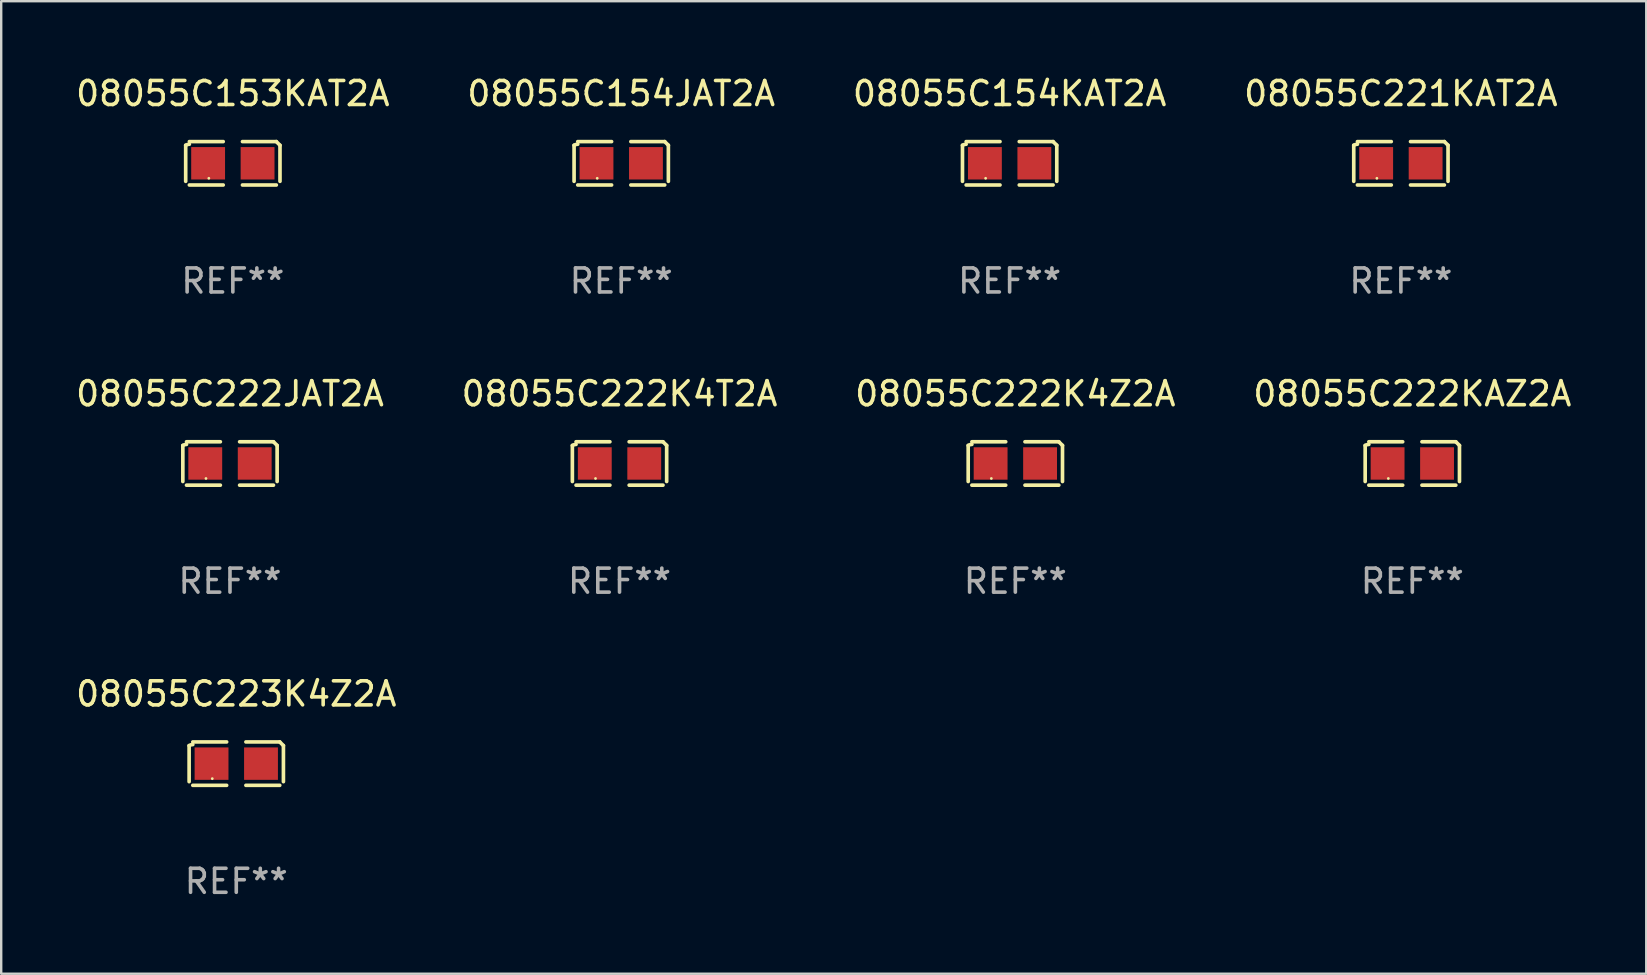
<source format=kicad_pcb>
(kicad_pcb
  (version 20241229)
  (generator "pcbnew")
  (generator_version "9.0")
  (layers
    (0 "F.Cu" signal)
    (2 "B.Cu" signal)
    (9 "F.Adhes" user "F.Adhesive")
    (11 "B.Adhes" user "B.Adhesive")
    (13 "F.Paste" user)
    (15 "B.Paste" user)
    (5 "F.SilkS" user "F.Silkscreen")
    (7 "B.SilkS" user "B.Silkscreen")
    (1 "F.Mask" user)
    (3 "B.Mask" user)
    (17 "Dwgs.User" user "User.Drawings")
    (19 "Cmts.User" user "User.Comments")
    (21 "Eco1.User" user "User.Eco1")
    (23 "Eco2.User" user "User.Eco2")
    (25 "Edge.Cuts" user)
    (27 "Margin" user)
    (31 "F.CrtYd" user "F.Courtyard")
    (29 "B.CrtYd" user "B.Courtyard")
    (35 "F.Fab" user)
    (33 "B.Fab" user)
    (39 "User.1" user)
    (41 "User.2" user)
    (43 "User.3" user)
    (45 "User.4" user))
  (footprint "08055C154JAT2A"
    (layer "F.Cu")
    (at 22.827 3.752)
    (property "Reference" "08055C154JAT2A" (at 0 -2.904 0) (layer "F.SilkS") (effects (font (size 1 1) (thickness 0.15))))
    (attr through_hole)
    (fp_line (start -1.964 0.751) (end -1.964 -0.751) (stroke (width 0.152) (type solid)) (layer "F.SilkS"))
    (fp_line (start -1.811 -0.904) (end -0.401 -0.904) (stroke (width 0.152) (type solid)) (layer "F.SilkS"))
    (fp_line (start -0.401 0.904) (end -1.811 0.904) (stroke (width 0.152) (type solid)) (layer "F.SilkS"))
    (fp_line (start 0.401 0.904) (end 1.811 0.904) (stroke (width 0.152) (type solid)) (layer "F.SilkS"))
    (fp_line (start 1.811 -0.904) (end 0.401 -0.904) (stroke (width 0.152) (type solid)) (layer "F.SilkS"))
    (fp_line (start 1.964 0.751) (end 1.964 -0.751) (stroke (width 0.152) (type solid)) (layer "F.SilkS"))
    (fp_arc (start -1.963602 -0.751207) (mid -1.890354 -0.783131) (end -1.811201 -0.794044) (stroke (width 0.1524) (type solid)) (layer "F.SilkS"))
    (fp_arc (start 1.811202 -0.903607) (mid 1.887413 -0.827418) (end 1.963602 -0.751207) (stroke (width 0.1524) (type solid)) (layer "F.SilkS"))
    (fp_circle (center -1 0.625) (end -0.97 0.625) (stroke (width 0.06) (type solid)) (fill no) (layer "F.SilkS"))
    (fp_text user "REF**" (at 0 4.904 0) (layer "F.Fab") (effects (font (size 1 1) (thickness 0.15))))
    (pad "1" smd rect (at -1.03 0) (size 1.41 1.35) (layers "F.Cu" "F.Mask" "F.Paste"))
    (pad "2" smd rect (at 1.03 0) (size 1.41 1.35) (layers "F.Cu" "F.Mask" "F.Paste")))
  (footprint "08055C221KAT2A"
    (layer "F.Cu")
    (at 55.304 3.752)
    (property "Reference" "08055C221KAT2A" (at 0 -2.904 0) (layer "F.SilkS") (effects (font (size 1 1) (thickness 0.15))))
    (attr through_hole)
    (fp_line (start -1.964 0.751) (end -1.964 -0.751) (stroke (width 0.152) (type solid)) (layer "F.SilkS"))
    (fp_line (start -1.811 -0.904) (end -0.401 -0.904) (stroke (width 0.152) (type solid)) (layer "F.SilkS"))
    (fp_line (start -0.401 0.904) (end -1.811 0.904) (stroke (width 0.152) (type solid)) (layer "F.SilkS"))
    (fp_line (start 0.401 0.904) (end 1.811 0.904) (stroke (width 0.152) (type solid)) (layer "F.SilkS"))
    (fp_line (start 1.811 -0.904) (end 0.401 -0.904) (stroke (width 0.152) (type solid)) (layer "F.SilkS"))
    (fp_line (start 1.964 0.751) (end 1.964 -0.751) (stroke (width 0.152) (type solid)) (layer "F.SilkS"))
    (fp_arc (start -1.963602 -0.751207) (mid -1.890354 -0.783131) (end -1.811201 -0.794044) (stroke (width 0.1524) (type solid)) (layer "F.SilkS"))
    (fp_arc (start 1.811202 -0.903607) (mid 1.887413 -0.827418) (end 1.963602 -0.751207) (stroke (width 0.1524) (type solid)) (layer "F.SilkS"))
    (fp_circle (center -1 0.625) (end -0.97 0.625) (stroke (width 0.06) (type solid)) (fill no) (layer "F.SilkS"))
    (fp_text user "REF**" (at 0 4.904 0) (layer "F.Fab") (effects (font (size 1 1) (thickness 0.15))))
    (pad "1" smd rect (at -1.03 0) (size 1.41 1.35) (layers "F.Cu" "F.Mask" "F.Paste"))
    (pad "2" smd rect (at 1.03 0) (size 1.41 1.35) (layers "F.Cu" "F.Mask" "F.Paste")))
  (footprint "08055C222KAZ2A"
    (layer "F.Cu")
    (at 55.78 16.256)
    (property "Reference" "08055C222KAZ2A" (at 0 -2.904 0) (layer "F.SilkS") (effects (font (size 1 1) (thickness 0.15))))
    (attr through_hole)
    (fp_line (start -1.964 0.751) (end -1.964 -0.751) (stroke (width 0.152) (type solid)) (layer "F.SilkS"))
    (fp_line (start -1.811 -0.904) (end -0.401 -0.904) (stroke (width 0.152) (type solid)) (layer "F.SilkS"))
    (fp_line (start -0.401 0.904) (end -1.811 0.904) (stroke (width 0.152) (type solid)) (layer "F.SilkS"))
    (fp_line (start 0.401 0.904) (end 1.811 0.904) (stroke (width 0.152) (type solid)) (layer "F.SilkS"))
    (fp_line (start 1.811 -0.904) (end 0.401 -0.904) (stroke (width 0.152) (type solid)) (layer "F.SilkS"))
    (fp_line (start 1.964 0.751) (end 1.964 -0.751) (stroke (width 0.152) (type solid)) (layer "F.SilkS"))
    (fp_arc (start -1.963602 -0.751207) (mid -1.890354 -0.783131) (end -1.811201 -0.794044) (stroke (width 0.1524) (type solid)) (layer "F.SilkS"))
    (fp_arc (start 1.811202 -0.903607) (mid 1.887413 -0.827418) (end 1.963602 -0.751207) (stroke (width 0.1524) (type solid)) (layer "F.SilkS"))
    (fp_circle (center -1 0.625) (end -0.97 0.625) (stroke (width 0.06) (type solid)) (fill no) (layer "F.SilkS"))
    (fp_text user "REF**" (at 0 4.904 0) (layer "F.Fab") (effects (font (size 1 1) (thickness 0.15))))
    (pad "1" smd rect (at -1.03 0) (size 1.41 1.35) (layers "F.Cu" "F.Mask" "F.Paste"))
    (pad "2" smd rect (at 1.03 0) (size 1.41 1.35) (layers "F.Cu" "F.Mask" "F.Paste")))
  (footprint "08055C222JAT2A"
    (layer "F.Cu")
    (at 6.53 16.256)
    (property "Reference" "08055C222JAT2A" (at 0 -2.904 0) (layer "F.SilkS") (effects (font (size 1 1) (thickness 0.15))))
    (attr through_hole)
    (fp_line (start -1.964 0.751) (end -1.964 -0.751) (stroke (width 0.152) (type solid)) (layer "F.SilkS"))
    (fp_line (start -1.811 -0.904) (end -0.401 -0.904) (stroke (width 0.152) (type solid)) (layer "F.SilkS"))
    (fp_line (start -0.401 0.904) (end -1.811 0.904) (stroke (width 0.152) (type solid)) (layer "F.SilkS"))
    (fp_line (start 0.401 0.904) (end 1.811 0.904) (stroke (width 0.152) (type solid)) (layer "F.SilkS"))
    (fp_line (start 1.811 -0.904) (end 0.401 -0.904) (stroke (width 0.152) (type solid)) (layer "F.SilkS"))
    (fp_line (start 1.964 0.751) (end 1.964 -0.751) (stroke (width 0.152) (type solid)) (layer "F.SilkS"))
    (fp_arc (start -1.963602 -0.751207) (mid -1.890354 -0.783131) (end -1.811201 -0.794044) (stroke (width 0.1524) (type solid)) (layer "F.SilkS"))
    (fp_arc (start 1.811202 -0.903607) (mid 1.887413 -0.827418) (end 1.963602 -0.751207) (stroke (width 0.1524) (type solid)) (layer "F.SilkS"))
    (fp_circle (center -1 0.625) (end -0.97 0.625) (stroke (width 0.06) (type solid)) (fill no) (layer "F.SilkS"))
    (fp_text user "REF**" (at 0 4.904 0) (layer "F.Fab") (effects (font (size 1 1) (thickness 0.15))))
    (pad "1" smd rect (at -1.03 0) (size 1.41 1.35) (layers "F.Cu" "F.Mask" "F.Paste"))
    (pad "2" smd rect (at 1.03 0) (size 1.41 1.35) (layers "F.Cu" "F.Mask" "F.Paste")))
  (footprint "08055C222K4T2A"
    (layer "F.Cu")
    (at 22.756 16.256)
    (property "Reference" "08055C222K4T2A" (at 0 -2.904 0) (layer "F.SilkS") (effects (font (size 1 1) (thickness 0.15))))
    (attr through_hole)
    (fp_line (start -1.964 0.751) (end -1.964 -0.751) (stroke (width 0.152) (type solid)) (layer "F.SilkS"))
    (fp_line (start -1.811 -0.904) (end -0.401 -0.904) (stroke (width 0.152) (type solid)) (layer "F.SilkS"))
    (fp_line (start -0.401 0.904) (end -1.811 0.904) (stroke (width 0.152) (type solid)) (layer "F.SilkS"))
    (fp_line (start 0.401 0.904) (end 1.811 0.904) (stroke (width 0.152) (type solid)) (layer "F.SilkS"))
    (fp_line (start 1.811 -0.904) (end 0.401 -0.904) (stroke (width 0.152) (type solid)) (layer "F.SilkS"))
    (fp_line (start 1.964 0.751) (end 1.964 -0.751) (stroke (width 0.152) (type solid)) (layer "F.SilkS"))
    (fp_arc (start -1.963602 -0.751207) (mid -1.890354 -0.783131) (end -1.811201 -0.794044) (stroke (width 0.1524) (type solid)) (layer "F.SilkS"))
    (fp_arc (start 1.811202 -0.903607) (mid 1.887413 -0.827418) (end 1.963602 -0.751207) (stroke (width 0.1524) (type solid)) (layer "F.SilkS"))
    (fp_circle (center -1 0.625) (end -0.97 0.625) (stroke (width 0.06) (type solid)) (fill no) (layer "F.SilkS"))
    (fp_text user "REF**" (at 0 4.904 0) (layer "F.Fab") (effects (font (size 1 1) (thickness 0.15))))
    (pad "1" smd rect (at -1.03 0) (size 1.41 1.35) (layers "F.Cu" "F.Mask" "F.Paste"))
    (pad "2" smd rect (at 1.03 0) (size 1.41 1.35) (layers "F.Cu" "F.Mask" "F.Paste")))
  (footprint "08055C154KAT2A"
    (layer "F.Cu")
    (at 39.006 3.752)
    (property "Reference" "08055C154KAT2A" (at 0 -2.904 0) (layer "F.SilkS") (effects (font (size 1 1) (thickness 0.15))))
    (attr through_hole)
    (fp_line (start -1.964 0.751) (end -1.964 -0.751) (stroke (width 0.152) (type solid)) (layer "F.SilkS"))
    (fp_line (start -1.811 -0.904) (end -0.401 -0.904) (stroke (width 0.152) (type solid)) (layer "F.SilkS"))
    (fp_line (start -0.401 0.904) (end -1.811 0.904) (stroke (width 0.152) (type solid)) (layer "F.SilkS"))
    (fp_line (start 0.401 0.904) (end 1.811 0.904) (stroke (width 0.152) (type solid)) (layer "F.SilkS"))
    (fp_line (start 1.811 -0.904) (end 0.401 -0.904) (stroke (width 0.152) (type solid)) (layer "F.SilkS"))
    (fp_line (start 1.964 0.751) (end 1.964 -0.751) (stroke (width 0.152) (type solid)) (layer "F.SilkS"))
    (fp_arc (start -1.963602 -0.751207) (mid -1.890354 -0.783131) (end -1.811201 -0.794044) (stroke (width 0.1524) (type solid)) (layer "F.SilkS"))
    (fp_arc (start 1.811202 -0.903607) (mid 1.887413 -0.827418) (end 1.963602 -0.751207) (stroke (width 0.1524) (type solid)) (layer "F.SilkS"))
    (fp_circle (center -1 0.625) (end -0.97 0.625) (stroke (width 0.06) (type solid)) (fill no) (layer "F.SilkS"))
    (fp_text user "REF**" (at 0 4.904 0) (layer "F.Fab") (effects (font (size 1 1) (thickness 0.15))))
    (pad "1" smd rect (at -1.03 0) (size 1.41 1.35) (layers "F.Cu" "F.Mask" "F.Paste"))
    (pad "2" smd rect (at 1.03 0) (size 1.41 1.35) (layers "F.Cu" "F.Mask" "F.Paste")))
  (footprint "08055C153KAT2A"
    (layer "F.Cu")
    (at 6.649 3.752)
    (property "Reference" "08055C153KAT2A" (at 0 -2.904 0) (layer "F.SilkS") (effects (font (size 1 1) (thickness 0.15))))
    (attr through_hole)
    (fp_line (start -1.964 0.751) (end -1.964 -0.751) (stroke (width 0.152) (type solid)) (layer "F.SilkS"))
    (fp_line (start -1.811 -0.904) (end -0.401 -0.904) (stroke (width 0.152) (type solid)) (layer "F.SilkS"))
    (fp_line (start -0.401 0.904) (end -1.811 0.904) (stroke (width 0.152) (type solid)) (layer "F.SilkS"))
    (fp_line (start 0.401 0.904) (end 1.811 0.904) (stroke (width 0.152) (type solid)) (layer "F.SilkS"))
    (fp_line (start 1.811 -0.904) (end 0.401 -0.904) (stroke (width 0.152) (type solid)) (layer "F.SilkS"))
    (fp_line (start 1.964 0.751) (end 1.964 -0.751) (stroke (width 0.152) (type solid)) (layer "F.SilkS"))
    (fp_arc (start -1.963602 -0.751207) (mid -1.890354 -0.783131) (end -1.811201 -0.794044) (stroke (width 0.1524) (type solid)) (layer "F.SilkS"))
    (fp_arc (start 1.811202 -0.903607) (mid 1.887413 -0.827418) (end 1.963602 -0.751207) (stroke (width 0.1524) (type solid)) (layer "F.SilkS"))
    (fp_circle (center -1 0.625) (end -0.97 0.625) (stroke (width 0.06) (type solid)) (fill no) (layer "F.SilkS"))
    (fp_text user "REF**" (at 0 4.904 0) (layer "F.Fab") (effects (font (size 1 1) (thickness 0.15))))
    (pad "1" smd rect (at -1.03 0) (size 1.41 1.35) (layers "F.Cu" "F.Mask" "F.Paste"))
    (pad "2" smd rect (at 1.03 0) (size 1.41 1.35) (layers "F.Cu" "F.Mask" "F.Paste")))
  (footprint "08055C222K4Z2A"
    (layer "F.Cu")
    (at 39.244 16.256)
    (property "Reference" "08055C222K4Z2A" (at 0 -2.904 0) (layer "F.SilkS") (effects (font (size 1 1) (thickness 0.15))))
    (attr through_hole)
    (fp_line (start -1.964 0.751) (end -1.964 -0.751) (stroke (width 0.152) (type solid)) (layer "F.SilkS"))
    (fp_line (start -1.811 -0.904) (end -0.401 -0.904) (stroke (width 0.152) (type solid)) (layer "F.SilkS"))
    (fp_line (start -0.401 0.904) (end -1.811 0.904) (stroke (width 0.152) (type solid)) (layer "F.SilkS"))
    (fp_line (start 0.401 0.904) (end 1.811 0.904) (stroke (width 0.152) (type solid)) (layer "F.SilkS"))
    (fp_line (start 1.811 -0.904) (end 0.401 -0.904) (stroke (width 0.152) (type solid)) (layer "F.SilkS"))
    (fp_line (start 1.964 0.751) (end 1.964 -0.751) (stroke (width 0.152) (type solid)) (layer "F.SilkS"))
    (fp_arc (start -1.963602 -0.751207) (mid -1.890354 -0.783131) (end -1.811201 -0.794044) (stroke (width 0.1524) (type solid)) (layer "F.SilkS"))
    (fp_arc (start 1.811202 -0.903607) (mid 1.887413 -0.827418) (end 1.963602 -0.751207) (stroke (width 0.1524) (type solid)) (layer "F.SilkS"))
    (fp_circle (center -1 0.625) (end -0.97 0.625) (stroke (width 0.06) (type solid)) (fill no) (layer "F.SilkS"))
    (fp_text user "REF**" (at 0 4.904 0) (layer "F.Fab") (effects (font (size 1 1) (thickness 0.15))))
    (pad "1" smd rect (at -1.03 0) (size 1.41 1.35) (layers "F.Cu" "F.Mask" "F.Paste"))
    (pad "2" smd rect (at 1.03 0) (size 1.41 1.35) (layers "F.Cu" "F.Mask" "F.Paste")))
  (footprint "08055C223K4Z2A"
    (layer "F.Cu")
    (at 6.792 28.759)
    (property "Reference" "08055C223K4Z2A" (at 0 -2.904 0) (layer "F.SilkS") (effects (font (size 1 1) (thickness 0.15))))
    (attr through_hole)
    (fp_line (start -1.964 0.751) (end -1.964 -0.751) (stroke (width 0.152) (type solid)) (layer "F.SilkS"))
    (fp_line (start -1.811 -0.904) (end -0.401 -0.904) (stroke (width 0.152) (type solid)) (layer "F.SilkS"))
    (fp_line (start -0.401 0.904) (end -1.811 0.904) (stroke (width 0.152) (type solid)) (layer "F.SilkS"))
    (fp_line (start 0.401 0.904) (end 1.811 0.904) (stroke (width 0.152) (type solid)) (layer "F.SilkS"))
    (fp_line (start 1.811 -0.904) (end 0.401 -0.904) (stroke (width 0.152) (type solid)) (layer "F.SilkS"))
    (fp_line (start 1.964 0.751) (end 1.964 -0.751) (stroke (width 0.152) (type solid)) (layer "F.SilkS"))
    (fp_arc (start -1.963602 -0.751207) (mid -1.890354 -0.783131) (end -1.811201 -0.794044) (stroke (width 0.1524) (type solid)) (layer "F.SilkS"))
    (fp_arc (start 1.811202 -0.903607) (mid 1.887413 -0.827418) (end 1.963602 -0.751207) (stroke (width 0.1524) (type solid)) (layer "F.SilkS"))
    (fp_circle (center -1 0.625) (end -0.97 0.625) (stroke (width 0.06) (type solid)) (fill no) (layer "F.SilkS"))
    (fp_text user "REF**" (at 0 4.904 0) (layer "F.Fab") (effects (font (size 1 1) (thickness 0.15))))
    (pad "1" smd rect (at -1.03 0) (size 1.41 1.35) (layers "F.Cu" "F.Mask" "F.Paste"))
    (pad "2" smd rect (at 1.03 0) (size 1.41 1.35) (layers "F.Cu" "F.Mask" "F.Paste")))
  (gr_rect
    (start -3 -3)
    (end 65.524 37.511)
    (stroke (width 0.1) (type default))
    (fill no)
    (layer "Edge.Cuts")))
</source>
